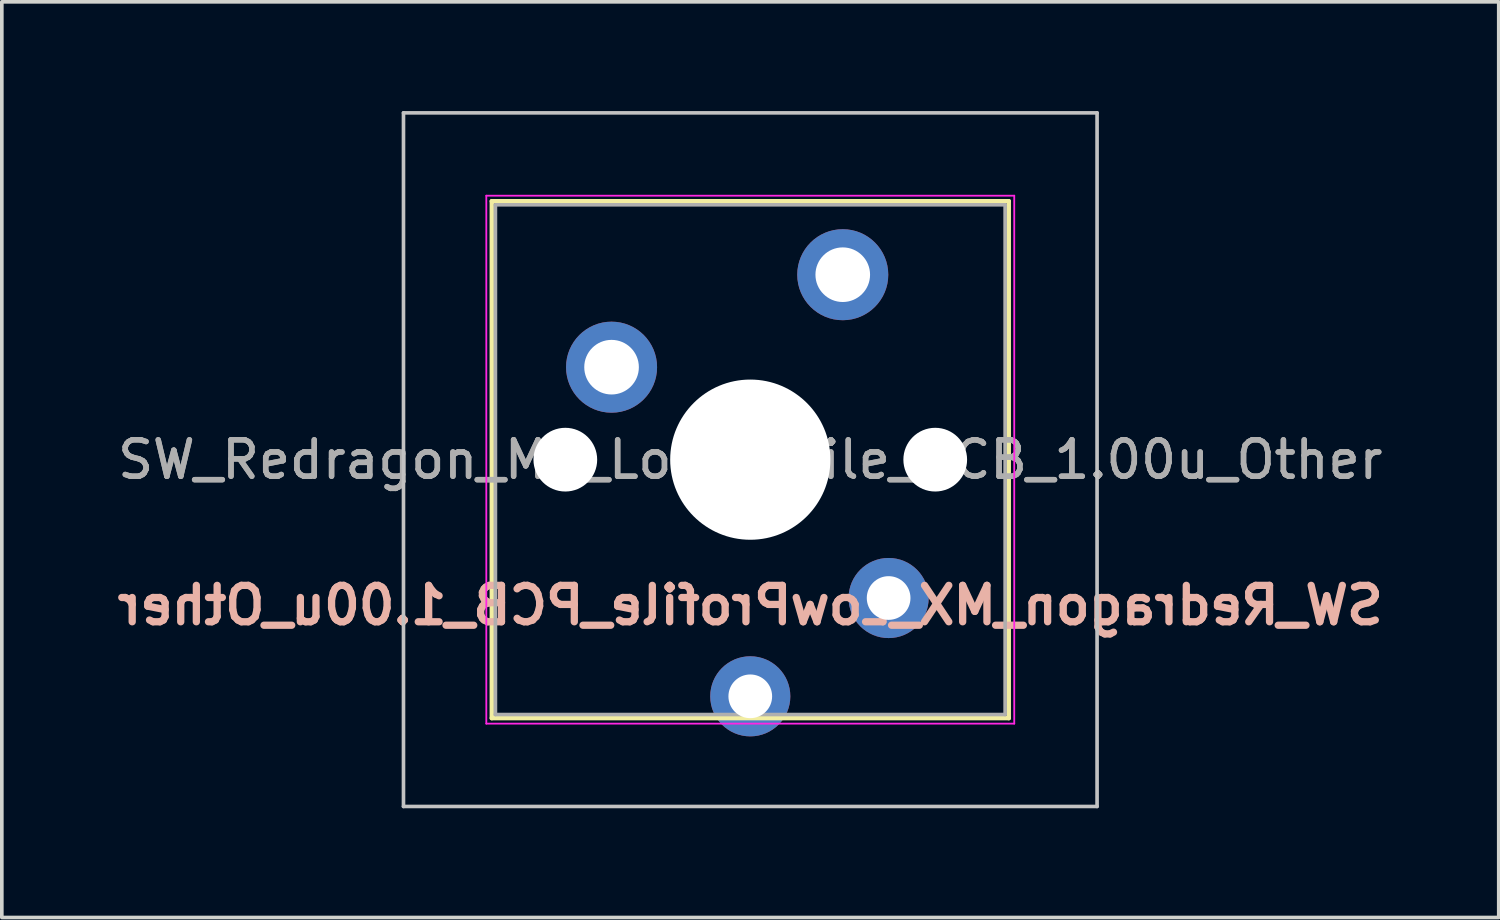
<source format=kicad_pcb>
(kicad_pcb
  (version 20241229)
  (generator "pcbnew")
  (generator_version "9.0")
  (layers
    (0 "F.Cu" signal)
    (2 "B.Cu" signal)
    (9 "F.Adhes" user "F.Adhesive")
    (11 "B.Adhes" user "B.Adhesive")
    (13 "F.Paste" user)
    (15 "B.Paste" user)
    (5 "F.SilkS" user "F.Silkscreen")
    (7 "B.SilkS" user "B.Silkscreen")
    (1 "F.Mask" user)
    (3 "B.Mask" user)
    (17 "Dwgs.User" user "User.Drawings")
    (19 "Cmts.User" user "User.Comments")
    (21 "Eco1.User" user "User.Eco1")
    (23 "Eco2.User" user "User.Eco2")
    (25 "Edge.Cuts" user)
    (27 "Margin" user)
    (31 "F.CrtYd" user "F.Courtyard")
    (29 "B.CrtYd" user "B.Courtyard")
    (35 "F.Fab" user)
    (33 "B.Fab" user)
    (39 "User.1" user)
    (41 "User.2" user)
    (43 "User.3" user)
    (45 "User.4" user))
  (footprint "SW_Redragon_MX_LowProfile_PCB_1.00u_Other"
    (layer "F.Cu")
    (at 17.557 9.575)
    (property "Reference" "SW_Redragon_MX_LowProfile_PCB_1.00u_Other" (at 0 4 0) (layer "B.SilkS") (effects (font (size 1 1) (thickness 0.2) (bold yes)) (justify mirror)))
    (attr through_hole)
    (fp_line (start -7.1 -7.1) (end -7.1 7.1) (stroke (width 0.12) (type solid)) (layer "F.SilkS"))
    (fp_line (start -7.1 7.1) (end 7.1 7.1) (stroke (width 0.12) (type solid)) (layer "F.SilkS"))
    (fp_line (start 7.1 -7.1) (end -7.1 -7.1) (stroke (width 0.12) (type solid)) (layer "F.SilkS"))
    (fp_line (start 7.1 7.1) (end 7.1 -7.1) (stroke (width 0.12) (type solid)) (layer "F.SilkS"))
    (fp_line (start -9.525 -9.525) (end -9.525 9.525) (stroke (width 0.1) (type solid)) (layer "Dwgs.User"))
    (fp_line (start -9.525 9.525) (end 9.525 9.525) (stroke (width 0.1) (type solid)) (layer "Dwgs.User"))
    (fp_line (start 9.525 -9.525) (end -9.525 -9.525) (stroke (width 0.1) (type solid)) (layer "Dwgs.User"))
    (fp_line (start 9.525 9.525) (end 9.525 -9.525) (stroke (width 0.1) (type solid)) (layer "Dwgs.User"))
    (fp_line (start -7 -7) (end -7 7) (stroke (width 0.1) (type solid)) (layer "Eco1.User"))
    (fp_line (start -7 7) (end 7 7) (stroke (width 0.1) (type solid)) (layer "Eco1.User"))
    (fp_line (start 7 -7) (end -7 -7) (stroke (width 0.1) (type solid)) (layer "Eco1.User"))
    (fp_line (start 7 7) (end 7 -7) (stroke (width 0.1) (type solid)) (layer "Eco1.User"))
    (fp_line (start -7.25 -7.25) (end -7.25 7.25) (stroke (width 0.05) (type solid)) (layer "F.CrtYd"))
    (fp_line (start -7.25 7.25) (end 7.25 7.25) (stroke (width 0.05) (type solid)) (layer "F.CrtYd"))
    (fp_line (start 7.25 -7.25) (end -7.25 -7.25) (stroke (width 0.05) (type solid)) (layer "F.CrtYd"))
    (fp_line (start 7.25 7.25) (end 7.25 -7.25) (stroke (width 0.05) (type solid)) (layer "F.CrtYd"))
    (fp_line (start -7 -7) (end -7 7) (stroke (width 0.1) (type solid)) (layer "F.Fab"))
    (fp_line (start -7 7) (end 7 7) (stroke (width 0.1) (type solid)) (layer "F.Fab"))
    (fp_line (start 7 -7) (end -7 -7) (stroke (width 0.1) (type solid)) (layer "F.Fab"))
    (fp_line (start 7 7) (end 7 -7) (stroke (width 0.1) (type solid)) (layer "F.Fab"))
    (fp_text user "${REFERENCE}" (at 0 0 0) (layer "F.Fab") (effects (font (size 1 1) (thickness 0.15))))
    (fp_text user "${REFERENCE}" (at 0 0 0) (layer "F.Fab") (effects (font (size 1 1) (thickness 0.15))))
    (pad "" np_thru_hole circle (at -5.08 0) (size 1.75 1.75) (drill 1.75) (layers "*.Cu" "*.Mask"))
    (pad "" np_thru_hole circle (at 0 0) (size 4.4 4.4) (drill 4.4) (layers "*.Cu" "*.Mask"))
    (pad "" np_thru_hole circle (at 5.08 0) (size 1.75 1.75) (drill 1.75) (layers "*.Cu" "*.Mask"))
    (pad "1" thru_hole circle (at 2.54 -5.08) (size 2.5 2.5) (drill 1.5) (layers "*.Cu" "B.Mask"))
    (pad "1" thru_hole circle (at 3.8 3.8) (size 2.2 2.2) (drill 1.2) (layers "*.Cu" "B.Mask"))
    (pad "2" thru_hole circle (at -3.81 -2.54) (size 2.5 2.5) (drill 1.5) (layers "*.Cu" "B.Mask"))
    (pad "2" thru_hole circle (at 0 6.5) (size 2.2 2.2) (drill 1.2) (layers "*.Cu" "B.Mask")))
  (gr_rect
    (start -3 -3)
    (end 38.114 22.15)
    (stroke (width 0.1) (type default))
    (fill no)
    (layer "Edge.Cuts")))
</source>
